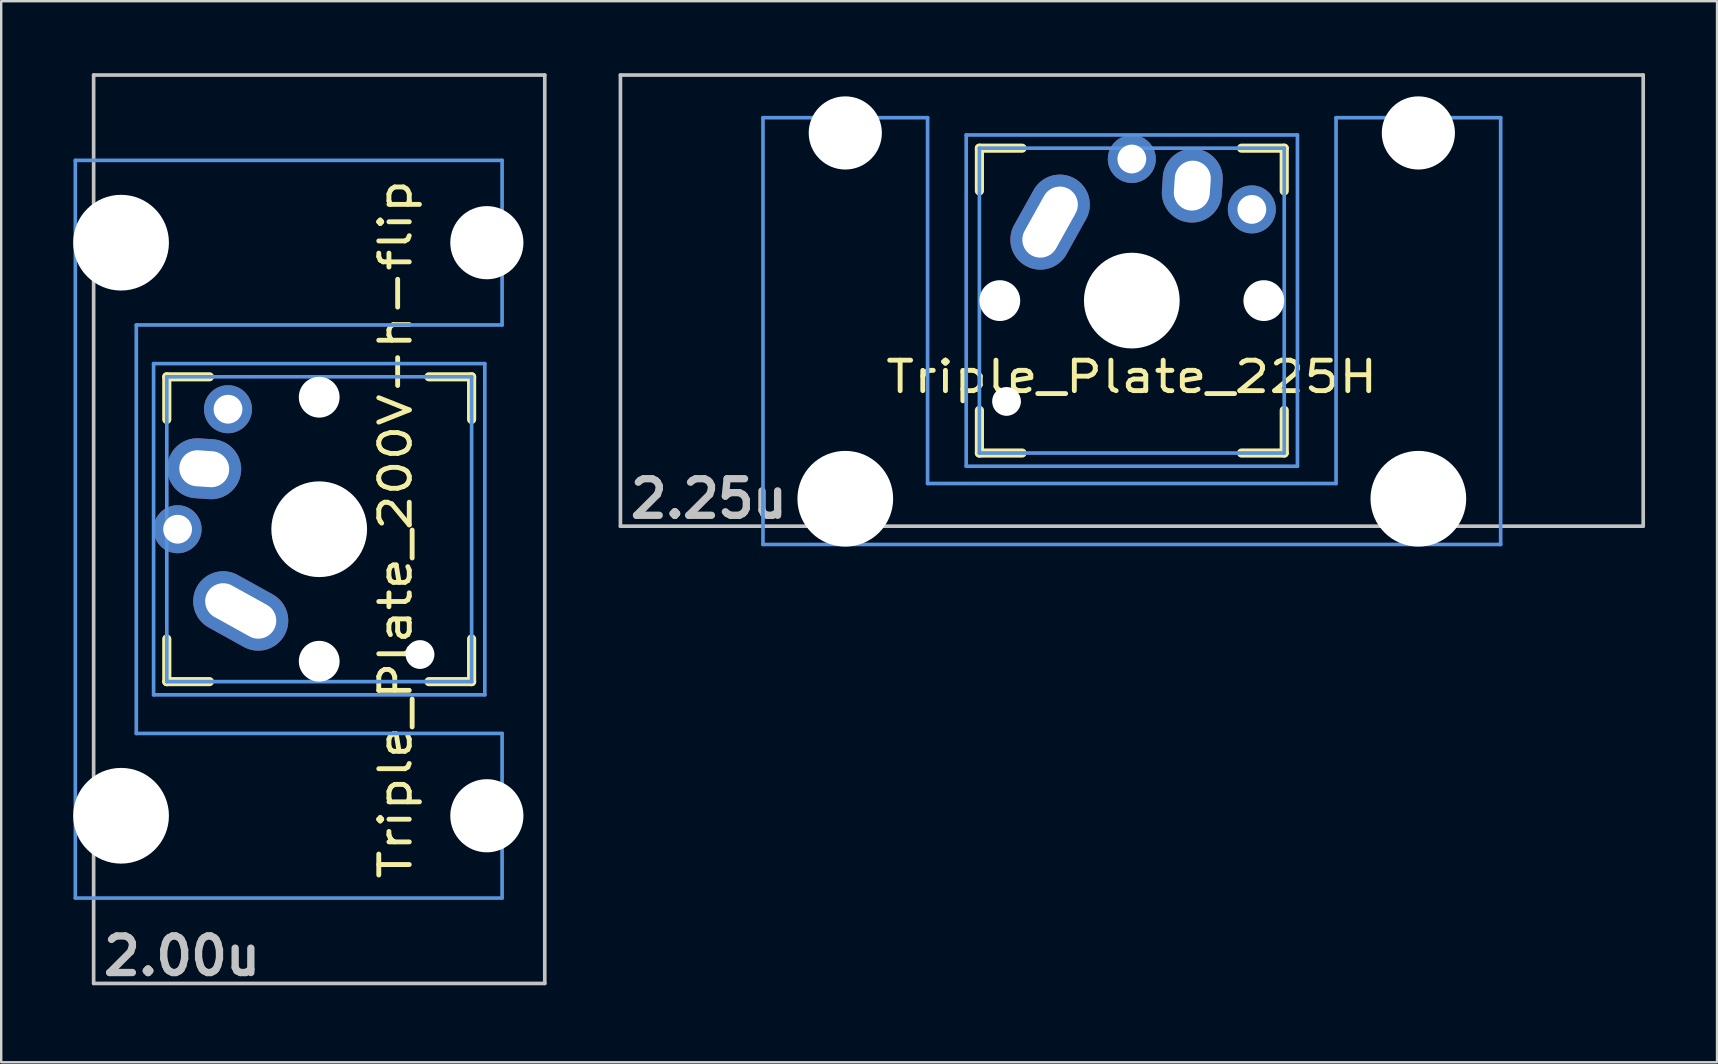
<source format=kicad_pcb>
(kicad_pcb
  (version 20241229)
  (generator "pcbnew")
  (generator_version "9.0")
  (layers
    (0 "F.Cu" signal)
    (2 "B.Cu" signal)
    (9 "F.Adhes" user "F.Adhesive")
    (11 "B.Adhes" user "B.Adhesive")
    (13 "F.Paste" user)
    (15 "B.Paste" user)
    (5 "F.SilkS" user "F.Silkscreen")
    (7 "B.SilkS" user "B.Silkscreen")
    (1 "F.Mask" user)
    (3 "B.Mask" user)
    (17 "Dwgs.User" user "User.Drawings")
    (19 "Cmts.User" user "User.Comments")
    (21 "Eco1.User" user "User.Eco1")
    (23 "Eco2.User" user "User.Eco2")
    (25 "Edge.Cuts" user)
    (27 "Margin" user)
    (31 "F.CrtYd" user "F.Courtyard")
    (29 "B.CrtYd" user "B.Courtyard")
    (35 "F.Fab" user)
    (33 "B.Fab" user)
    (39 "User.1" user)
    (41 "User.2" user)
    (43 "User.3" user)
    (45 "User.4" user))
  (footprint "Triple_Plate_200V-h-flip"
    (layer "F.Cu")
    (at 10.249 18.999)
    (property "Reference" "Triple_Plate_200V-h-flip" (at 3.175 0 90) (layer "F.SilkS") (effects (font (size 1.27 1.524) (thickness 0.203))))
    (attr through_hole)
    (fp_line (start -6.35 -6.35) (end -4.572 -6.35) (stroke (width 0.381) (type solid)) (layer "F.SilkS"))
    (fp_line (start -6.35 -4.572) (end -6.35 -6.35) (stroke (width 0.381) (type solid)) (layer "F.SilkS"))
    (fp_line (start -6.35 6.35) (end -6.35 4.572) (stroke (width 0.381) (type solid)) (layer "F.SilkS"))
    (fp_line (start -4.572 6.35) (end -6.35 6.35) (stroke (width 0.381) (type solid)) (layer "F.SilkS"))
    (fp_line (start 4.572 -6.35) (end 6.35 -6.35) (stroke (width 0.381) (type solid)) (layer "F.SilkS"))
    (fp_line (start 6.35 -6.35) (end 6.35 -4.572) (stroke (width 0.381) (type solid)) (layer "F.SilkS"))
    (fp_line (start 6.35 4.572) (end 6.35 6.35) (stroke (width 0.381) (type solid)) (layer "F.SilkS"))
    (fp_line (start 6.35 6.35) (end 4.572 6.35) (stroke (width 0.381) (type solid)) (layer "F.SilkS"))
    (fp_line (start -9.398 -18.923) (end 9.398 -18.923) (stroke (width 0.152) (type solid)) (layer "Dwgs.User"))
    (fp_line (start -9.398 18.923) (end -9.398 -18.923) (stroke (width 0.152) (type solid)) (layer "Dwgs.User"))
    (fp_line (start 9.398 -18.923) (end 9.398 18.923) (stroke (width 0.152) (type solid)) (layer "Dwgs.User"))
    (fp_line (start 9.398 18.923) (end -9.398 18.923) (stroke (width 0.152) (type solid)) (layer "Dwgs.User"))
    (fp_line (start -10.16 -15.367) (end -10.16 15.367) (stroke (width 0.152) (type solid)) (layer "Cmts.User"))
    (fp_line (start -10.16 15.367) (end 7.62 15.367) (stroke (width 0.152) (type solid)) (layer "Cmts.User"))
    (fp_line (start -7.62 -8.509) (end 7.62 -8.509) (stroke (width 0.152) (type solid)) (layer "Cmts.User"))
    (fp_line (start -7.62 8.509) (end -7.62 -8.509) (stroke (width 0.152) (type solid)) (layer "Cmts.User"))
    (fp_line (start -6.9 -6.9) (end 6.9 -6.9) (stroke (width 0.152) (type solid)) (layer "Cmts.User"))
    (fp_line (start -6.9 6.9) (end -6.9 -6.9) (stroke (width 0.152) (type solid)) (layer "Cmts.User"))
    (fp_line (start -6.35 -6.35) (end 6.35 -6.35) (stroke (width 0.152) (type solid)) (layer "Cmts.User"))
    (fp_line (start -6.35 6.35) (end -6.35 -6.35) (stroke (width 0.152) (type solid)) (layer "Cmts.User"))
    (fp_line (start 6.35 -6.35) (end 6.35 6.35) (stroke (width 0.152) (type solid)) (layer "Cmts.User"))
    (fp_line (start 6.35 6.35) (end -6.35 6.35) (stroke (width 0.152) (type solid)) (layer "Cmts.User"))
    (fp_line (start 6.9 -6.9) (end 6.9 6.9) (stroke (width 0.152) (type solid)) (layer "Cmts.User"))
    (fp_line (start 6.9 6.9) (end -6.9 6.9) (stroke (width 0.152) (type solid)) (layer "Cmts.User"))
    (fp_line (start 7.62 -15.367) (end -10.16 -15.367) (stroke (width 0.152) (type solid)) (layer "Cmts.User"))
    (fp_line (start 7.62 -8.509) (end 7.62 -15.367) (stroke (width 0.152) (type solid)) (layer "Cmts.User"))
    (fp_line (start 7.62 8.509) (end -7.62 8.509) (stroke (width 0.152) (type solid)) (layer "Cmts.User"))
    (fp_line (start 7.62 15.367) (end 7.62 8.509) (stroke (width 0.152) (type solid)) (layer "Cmts.User"))
    (fp_line (start -7.772 -14.224) (end -6.604 -14.224) (stroke (width 0.152) (type solid)) (layer "Eco2.User"))
    (fp_line (start -7.772 -9.652) (end -7.772 -14.224) (stroke (width 0.152) (type solid)) (layer "Eco2.User"))
    (fp_line (start -7.772 9.652) (end -6.604 9.652) (stroke (width 0.152) (type solid)) (layer "Eco2.User"))
    (fp_line (start -7.772 14.224) (end -7.772 9.652) (stroke (width 0.152) (type solid)) (layer "Eco2.User"))
    (fp_line (start -7.5 -7.5) (end 7.5 -7.5) (stroke (width 0.152) (type solid)) (layer "Eco2.User"))
    (fp_line (start -7.5 7.5) (end -7.5 -7.5) (stroke (width 0.152) (type solid)) (layer "Eco2.User"))
    (fp_line (start -6.985 -6.985) (end -5.817 -6.985) (stroke (width 0.152) (type solid)) (layer "Eco2.User"))
    (fp_line (start -6.985 6.985) (end -6.985 -6.985) (stroke (width 0.152) (type solid)) (layer "Eco2.User"))
    (fp_line (start -6.604 -15.265) (end -0.508 -15.265) (stroke (width 0.152) (type solid)) (layer "Eco2.User"))
    (fp_line (start -6.604 -14.224) (end -6.604 -15.265) (stroke (width 0.152) (type solid)) (layer "Eco2.User"))
    (fp_line (start -6.604 -9.652) (end -7.772 -9.652) (stroke (width 0.152) (type solid)) (layer "Eco2.User"))
    (fp_line (start -6.604 -8.611) (end -6.604 -9.652) (stroke (width 0.152) (type solid)) (layer "Eco2.User"))
    (fp_line (start -6.604 8.611) (end -5.817 8.611) (stroke (width 0.152) (type solid)) (layer "Eco2.User"))
    (fp_line (start -6.604 9.652) (end -6.604 8.611) (stroke (width 0.152) (type solid)) (layer "Eco2.User"))
    (fp_line (start -6.604 14.224) (end -7.772 14.224) (stroke (width 0.152) (type solid)) (layer "Eco2.User"))
    (fp_line (start -6.604 15.265) (end -6.604 14.224) (stroke (width 0.152) (type solid)) (layer "Eco2.User"))
    (fp_line (start -5.817 -8.611) (end -6.604 -8.611) (stroke (width 0.152) (type solid)) (layer "Eco2.User"))
    (fp_line (start -5.817 -6.985) (end -5.817 -8.611) (stroke (width 0.152) (type solid)) (layer "Eco2.User"))
    (fp_line (start -5.817 6.985) (end -6.985 6.985) (stroke (width 0.152) (type solid)) (layer "Eco2.User"))
    (fp_line (start -5.817 8.611) (end -5.817 6.985) (stroke (width 0.152) (type solid)) (layer "Eco2.User"))
    (fp_line (start -0.508 -16.129) (end 2.286 -16.129) (stroke (width 0.152) (type solid)) (layer "Eco2.User"))
    (fp_line (start -0.508 -15.265) (end -0.508 -16.129) (stroke (width 0.152) (type solid)) (layer "Eco2.User"))
    (fp_line (start -0.508 15.265) (end -6.604 15.265) (stroke (width 0.152) (type solid)) (layer "Eco2.User"))
    (fp_line (start -0.508 16.129) (end -0.508 15.265) (stroke (width 0.152) (type solid)) (layer "Eco2.User"))
    (fp_line (start 2.286 -16.129) (end 2.286 -15.265) (stroke (width 0.152) (type solid)) (layer "Eco2.User"))
    (fp_line (start 2.286 -15.265) (end 5.69 -15.265) (stroke (width 0.152) (type solid)) (layer "Eco2.User"))
    (fp_line (start 2.286 15.265) (end 2.286 16.129) (stroke (width 0.152) (type solid)) (layer "Eco2.User"))
    (fp_line (start 2.286 16.129) (end -0.508 16.129) (stroke (width 0.152) (type solid)) (layer "Eco2.User"))
    (fp_line (start 4.877 -8.611) (end 4.877 -6.985) (stroke (width 0.152) (type solid)) (layer "Eco2.User"))
    (fp_line (start 4.877 -6.985) (end 6.985 -6.985) (stroke (width 0.152) (type solid)) (layer "Eco2.User"))
    (fp_line (start 4.877 6.985) (end 4.877 8.611) (stroke (width 0.152) (type solid)) (layer "Eco2.User"))
    (fp_line (start 4.877 8.611) (end 5.69 8.611) (stroke (width 0.152) (type solid)) (layer "Eco2.User"))
    (fp_line (start 5.69 -15.265) (end 5.69 -8.611) (stroke (width 0.152) (type solid)) (layer "Eco2.User"))
    (fp_line (start 5.69 -8.611) (end 4.877 -8.611) (stroke (width 0.152) (type solid)) (layer "Eco2.User"))
    (fp_line (start 5.69 8.611) (end 5.69 15.265) (stroke (width 0.152) (type solid)) (layer "Eco2.User"))
    (fp_line (start 5.69 15.265) (end 2.286 15.265) (stroke (width 0.152) (type solid)) (layer "Eco2.User"))
    (fp_line (start 6.985 -6.985) (end 6.985 6.985) (stroke (width 0.152) (type solid)) (layer "Eco2.User"))
    (fp_line (start 6.985 6.985) (end 4.877 6.985) (stroke (width 0.152) (type solid)) (layer "Eco2.User"))
    (fp_line (start 7.5 -7.5) (end 7.5 7.5) (stroke (width 0.152) (type solid)) (layer "Eco2.User"))
    (fp_line (start 7.5 7.5) (end -7.5 7.5) (stroke (width 0.152) (type solid)) (layer "Eco2.User"))
    (fp_text user "2.00u" (at -5.715 17.78 180) (layer "Dwgs.User") (effects (font (size 1.524 1.524) (thickness 0.305))))
    (pad "" np_thru_hole circle (at -8.255 -11.938 270) (size 3.988 3.988) (drill 3.988) (layers "*.Cu"))
    (pad "" np_thru_hole circle (at -8.255 11.938 270) (size 3.988 3.988) (drill 3.988) (layers "*.Cu"))
    (pad "" np_thru_hole circle (at 0 -5.5 90) (size 1.7 1.7) (drill 1.7) (layers "*.Cu"))
    (pad "" np_thru_hole circle (at 0 0 90) (size 3.4 3.4) (drill 3.4) (layers "*.Cu"))
    (pad "" np_thru_hole circle (at 0 0 90) (size 3.988 3.988) (drill 3.988) (layers "*.Cu"))
    (pad "" np_thru_hole circle (at 0 5.5 90) (size 1.7 1.7) (drill 1.7) (layers "*.Cu"))
    (pad "" np_thru_hole circle (at 4.2 5.22 90) (size 1.2 1.2) (drill 1.2) (layers "*.Cu"))
    (pad "" np_thru_hole circle (at 6.985 -11.938 270) (size 3.048 3.048) (drill 3.048) (layers "*.Cu"))
    (pad "" np_thru_hole circle (at 6.985 11.938 270) (size 3.048 3.048) (drill 3.048) (layers "*.Cu"))
    (pad "1" thru_hole circle (at -5.9 0 90) (size 2 2) (drill 1.2) (layers "*.Cu" "*.Mask"))
    (pad "1" thru_hole oval (at -3.27 3.405 61) (size 2.5 4.17) (drill oval 1.5 3.17) (layers "*.Cu" "*.Mask"))
    (pad "2" thru_hole oval (at -4.79 -2.52 86.1) (size 2.5 3.08) (drill oval 1.5 2.08) (layers "*.Cu" "*.Mask"))
    (pad "2" thru_hole circle (at -3.8 -5 311.9) (size 2 2) (drill 1.2) (layers "*.Cu" "*.Mask")))
  (footprint "Triple_Plate_225H"
    (layer "F.Cu")
    (at 44.105 9.474)
    (property "Reference" "Triple_Plate_225H" (at 0 3.175 0) (layer "F.SilkS") (effects (font (size 1.27 1.524) (thickness 0.203))))
    (attr through_hole)
    (fp_line (start -6.35 -6.35) (end -4.572 -6.35) (stroke (width 0.381) (type solid)) (layer "F.SilkS"))
    (fp_line (start -6.35 -4.572) (end -6.35 -6.35) (stroke (width 0.381) (type solid)) (layer "F.SilkS"))
    (fp_line (start -6.35 6.35) (end -6.35 4.572) (stroke (width 0.381) (type solid)) (layer "F.SilkS"))
    (fp_line (start -4.572 6.35) (end -6.35 6.35) (stroke (width 0.381) (type solid)) (layer "F.SilkS"))
    (fp_line (start 4.572 -6.35) (end 6.35 -6.35) (stroke (width 0.381) (type solid)) (layer "F.SilkS"))
    (fp_line (start 6.35 -6.35) (end 6.35 -4.572) (stroke (width 0.381) (type solid)) (layer "F.SilkS"))
    (fp_line (start 6.35 4.572) (end 6.35 6.35) (stroke (width 0.381) (type solid)) (layer "F.SilkS"))
    (fp_line (start 6.35 6.35) (end 4.572 6.35) (stroke (width 0.381) (type solid)) (layer "F.SilkS"))
    (fp_line (start -21.306 -9.398) (end 21.306 -9.398) (stroke (width 0.152) (type solid)) (layer "Dwgs.User"))
    (fp_line (start -21.306 9.398) (end -21.306 -9.398) (stroke (width 0.152) (type solid)) (layer "Dwgs.User"))
    (fp_line (start 21.306 -9.398) (end 21.306 9.398) (stroke (width 0.152) (type solid)) (layer "Dwgs.User"))
    (fp_line (start 21.306 9.398) (end -21.306 9.398) (stroke (width 0.152) (type solid)) (layer "Dwgs.User"))
    (fp_line (start -15.367 -7.62) (end -15.367 10.16) (stroke (width 0.152) (type solid)) (layer "Cmts.User"))
    (fp_line (start -15.367 10.16) (end 15.367 10.16) (stroke (width 0.152) (type solid)) (layer "Cmts.User"))
    (fp_line (start -8.509 -7.62) (end -15.367 -7.62) (stroke (width 0.152) (type solid)) (layer "Cmts.User"))
    (fp_line (start -8.509 7.62) (end -8.509 -7.62) (stroke (width 0.152) (type solid)) (layer "Cmts.User"))
    (fp_line (start -6.9 -6.9) (end 6.9 -6.9) (stroke (width 0.152) (type solid)) (layer "Cmts.User"))
    (fp_line (start -6.9 6.9) (end -6.9 -6.9) (stroke (width 0.152) (type solid)) (layer "Cmts.User"))
    (fp_line (start -6.35 -6.35) (end 6.35 -6.35) (stroke (width 0.152) (type solid)) (layer "Cmts.User"))
    (fp_line (start -6.35 6.35) (end -6.35 -6.35) (stroke (width 0.152) (type solid)) (layer "Cmts.User"))
    (fp_line (start 6.35 -6.35) (end 6.35 6.35) (stroke (width 0.152) (type solid)) (layer "Cmts.User"))
    (fp_line (start 6.35 6.35) (end -6.35 6.35) (stroke (width 0.152) (type solid)) (layer "Cmts.User"))
    (fp_line (start 6.9 -6.9) (end 6.9 6.9) (stroke (width 0.152) (type solid)) (layer "Cmts.User"))
    (fp_line (start 6.9 6.9) (end -6.9 6.9) (stroke (width 0.152) (type solid)) (layer "Cmts.User"))
    (fp_line (start 8.509 -7.62) (end 8.509 7.62) (stroke (width 0.152) (type solid)) (layer "Cmts.User"))
    (fp_line (start 8.509 7.62) (end -8.509 7.62) (stroke (width 0.152) (type solid)) (layer "Cmts.User"))
    (fp_line (start 15.367 -7.62) (end 8.509 -7.62) (stroke (width 0.152) (type solid)) (layer "Cmts.User"))
    (fp_line (start 15.367 10.16) (end 15.367 -7.62) (stroke (width 0.152) (type solid)) (layer "Cmts.User"))
    (fp_line (start -16.129 -2.286) (end -15.265 -2.286) (stroke (width 0.152) (type solid)) (layer "Eco2.User"))
    (fp_line (start -16.129 0.508) (end -16.129 -2.286) (stroke (width 0.152) (type solid)) (layer "Eco2.User"))
    (fp_line (start -15.265 -5.69) (end -8.611 -5.69) (stroke (width 0.152) (type solid)) (layer "Eco2.User"))
    (fp_line (start -15.265 -2.286) (end -15.265 -5.69) (stroke (width 0.152) (type solid)) (layer "Eco2.User"))
    (fp_line (start -15.265 0.508) (end -16.129 0.508) (stroke (width 0.152) (type solid)) (layer "Eco2.User"))
    (fp_line (start -15.265 6.604) (end -15.265 0.508) (stroke (width 0.152) (type solid)) (layer "Eco2.User"))
    (fp_line (start -14.224 6.604) (end -15.265 6.604) (stroke (width 0.152) (type solid)) (layer "Eco2.User"))
    (fp_line (start -14.224 7.772) (end -14.224 6.604) (stroke (width 0.152) (type solid)) (layer "Eco2.User"))
    (fp_line (start -9.652 6.604) (end -9.652 7.772) (stroke (width 0.152) (type solid)) (layer "Eco2.User"))
    (fp_line (start -9.652 7.772) (end -14.224 7.772) (stroke (width 0.152) (type solid)) (layer "Eco2.User"))
    (fp_line (start -8.611 -5.69) (end -8.611 -4.877) (stroke (width 0.152) (type solid)) (layer "Eco2.User"))
    (fp_line (start -8.611 -4.877) (end -6.985 -4.877) (stroke (width 0.152) (type solid)) (layer "Eco2.User"))
    (fp_line (start -8.611 5.817) (end -8.611 6.604) (stroke (width 0.152) (type solid)) (layer "Eco2.User"))
    (fp_line (start -8.611 6.604) (end -9.652 6.604) (stroke (width 0.152) (type solid)) (layer "Eco2.User"))
    (fp_line (start -7.5 -7.5) (end 7.5 -7.5) (stroke (width 0.152) (type solid)) (layer "Eco2.User"))
    (fp_line (start -7.5 7.5) (end -7.5 -7.5) (stroke (width 0.152) (type solid)) (layer "Eco2.User"))
    (fp_line (start -6.985 -6.985) (end 6.985 -6.985) (stroke (width 0.152) (type solid)) (layer "Eco2.User"))
    (fp_line (start -6.985 -4.877) (end -6.985 -6.985) (stroke (width 0.152) (type solid)) (layer "Eco2.User"))
    (fp_line (start -6.985 5.817) (end -8.611 5.817) (stroke (width 0.152) (type solid)) (layer "Eco2.User"))
    (fp_line (start -6.985 6.985) (end -6.985 5.817) (stroke (width 0.152) (type solid)) (layer "Eco2.User"))
    (fp_line (start 6.985 -6.985) (end 6.985 -4.877) (stroke (width 0.152) (type solid)) (layer "Eco2.User"))
    (fp_line (start 6.985 -4.877) (end 8.611 -4.877) (stroke (width 0.152) (type solid)) (layer "Eco2.User"))
    (fp_line (start 6.985 5.817) (end 6.985 6.985) (stroke (width 0.152) (type solid)) (layer "Eco2.User"))
    (fp_line (start 6.985 6.985) (end -6.985 6.985) (stroke (width 0.152) (type solid)) (layer "Eco2.User"))
    (fp_line (start 7.5 -7.5) (end 7.5 7.5) (stroke (width 0.152) (type solid)) (layer "Eco2.User"))
    (fp_line (start 7.5 7.5) (end -7.5 7.5) (stroke (width 0.152) (type solid)) (layer "Eco2.User"))
    (fp_line (start 8.611 -5.69) (end 15.265 -5.69) (stroke (width 0.152) (type solid)) (layer "Eco2.User"))
    (fp_line (start 8.611 -4.877) (end 8.611 -5.69) (stroke (width 0.152) (type solid)) (layer "Eco2.User"))
    (fp_line (start 8.611 5.817) (end 6.985 5.817) (stroke (width 0.152) (type solid)) (layer "Eco2.User"))
    (fp_line (start 8.611 6.604) (end 8.611 5.817) (stroke (width 0.152) (type solid)) (layer "Eco2.User"))
    (fp_line (start 9.652 6.604) (end 8.611 6.604) (stroke (width 0.152) (type solid)) (layer "Eco2.User"))
    (fp_line (start 9.652 7.772) (end 9.652 6.604) (stroke (width 0.152) (type solid)) (layer "Eco2.User"))
    (fp_line (start 14.224 6.604) (end 14.224 7.772) (stroke (width 0.152) (type solid)) (layer "Eco2.User"))
    (fp_line (start 14.224 7.772) (end 9.652 7.772) (stroke (width 0.152) (type solid)) (layer "Eco2.User"))
    (fp_line (start 15.265 -5.69) (end 15.265 -2.286) (stroke (width 0.152) (type solid)) (layer "Eco2.User"))
    (fp_line (start 15.265 -2.286) (end 16.129 -2.286) (stroke (width 0.152) (type solid)) (layer "Eco2.User"))
    (fp_line (start 15.265 0.508) (end 15.265 6.604) (stroke (width 0.152) (type solid)) (layer "Eco2.User"))
    (fp_line (start 15.265 6.604) (end 14.224 6.604) (stroke (width 0.152) (type solid)) (layer "Eco2.User"))
    (fp_line (start 16.129 -2.286) (end 16.129 0.508) (stroke (width 0.152) (type solid)) (layer "Eco2.User"))
    (fp_line (start 16.129 0.508) (end 15.265 0.508) (stroke (width 0.152) (type solid)) (layer "Eco2.User"))
    (fp_text user "2.25u" (at -17.623 8.255 0) (layer "Dwgs.User") (effects (font (size 1.524 1.524) (thickness 0.305))))
    (pad "" np_thru_hole circle (at -11.938 -6.985) (size 3.048 3.048) (drill 3.048) (layers "*.Cu"))
    (pad "" np_thru_hole circle (at -11.938 8.255) (size 3.988 3.988) (drill 3.988) (layers "*.Cu"))
    (pad "" np_thru_hole circle (at -5.5 0) (size 1.7 1.7) (drill 1.7) (layers "*.Cu"))
    (pad "" np_thru_hole circle (at -5.22 4.2) (size 1.2 1.2) (drill 1.2) (layers "*.Cu"))
    (pad "" np_thru_hole circle (at 0 0) (size 3.4 3.4) (drill 3.4) (layers "*.Cu"))
    (pad "" np_thru_hole circle (at 0 0) (size 3.988 3.988) (drill 3.988) (layers "*.Cu"))
    (pad "" np_thru_hole circle (at 5.5 0) (size 1.7 1.7) (drill 1.7) (layers "*.Cu"))
    (pad "" np_thru_hole circle (at 11.938 -6.985) (size 3.048 3.048) (drill 3.048) (layers "*.Cu"))
    (pad "" np_thru_hole circle (at 11.938 8.255) (size 3.988 3.988) (drill 3.988) (layers "*.Cu"))
    (pad "1" thru_hole oval (at -3.405 -3.27 330.9) (size 2.5 4.17) (drill oval 1.5 3.17) (layers "*.Cu" "*.Mask"))
    (pad "1" thru_hole circle (at 0 -5.9) (size 2 2) (drill 1.2) (layers "*.Cu" "*.Mask"))
    (pad "2" thru_hole oval (at 2.52 -4.79 356.1) (size 2.5 3.08) (drill oval 1.5 2.08) (layers "*.Cu" "*.Mask"))
    (pad "2" thru_hole circle (at 5 -3.8 221.9) (size 2 2) (drill 1.2) (layers "*.Cu" "*.Mask")))
  (gr_rect
    (start -3 -3)
    (end 68.487 41.206)
    (stroke (width 0.1) (type default))
    (fill no)
    (layer "Edge.Cuts")))
</source>
